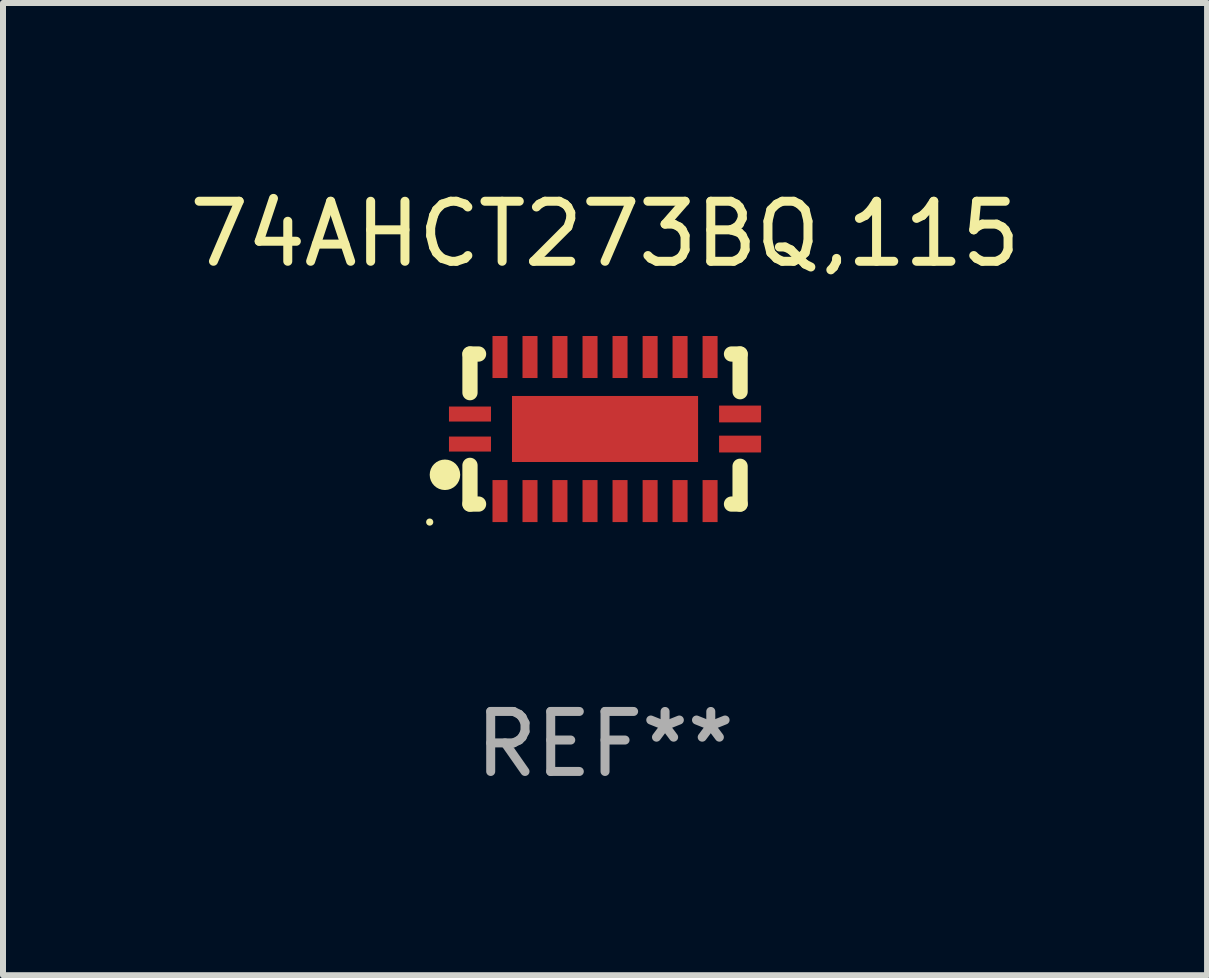
<source format=kicad_pcb>
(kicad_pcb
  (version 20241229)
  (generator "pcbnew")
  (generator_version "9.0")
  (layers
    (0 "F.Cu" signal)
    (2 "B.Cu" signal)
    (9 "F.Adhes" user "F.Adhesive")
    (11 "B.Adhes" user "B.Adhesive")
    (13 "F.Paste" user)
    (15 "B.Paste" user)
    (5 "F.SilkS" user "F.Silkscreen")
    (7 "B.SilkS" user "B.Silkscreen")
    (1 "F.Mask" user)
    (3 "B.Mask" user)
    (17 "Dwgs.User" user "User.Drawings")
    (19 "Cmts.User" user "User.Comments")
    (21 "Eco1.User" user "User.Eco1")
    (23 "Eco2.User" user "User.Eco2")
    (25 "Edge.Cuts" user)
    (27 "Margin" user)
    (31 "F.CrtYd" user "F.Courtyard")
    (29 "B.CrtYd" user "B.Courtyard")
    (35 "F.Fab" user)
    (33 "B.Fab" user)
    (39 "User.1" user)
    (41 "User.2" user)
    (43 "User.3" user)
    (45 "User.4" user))
  (footprint "74AHCT273BQ,115"
    (layer "F.Cu")
    (at 7.03 4.098)
    (property "Reference" "74AHCT273BQ,115" (at 0 -3.25 0) (layer "F.SilkS") (effects (font (size 1 1) (thickness 0.15))))
    (attr through_hole)
    (fp_line (start -2.25 0.605) (end -2.25 1.25) (stroke (width 0.254) (type solid)) (layer "F.SilkS"))
    (fp_line (start -2.25 1.25) (end -2.107 1.25) (stroke (width 0.254) (type solid)) (layer "F.SilkS"))
    (fp_line (start -2.25 -1.25) (end -2.25 -0.606) (stroke (width 0.254) (type solid)) (layer "F.SilkS"))
    (fp_line (start -2.25 -1.25) (end -2.107 -1.25) (stroke (width 0.254) (type solid)) (layer "F.SilkS"))
    (fp_line (start 2.107 -1.25) (end 2.25 -1.25) (stroke (width 0.254) (type solid)) (layer "F.SilkS"))
    (fp_line (start 2.107 1.25) (end 2.25 1.25) (stroke (width 0.254) (type solid)) (layer "F.SilkS"))
    (fp_line (start 2.25 -1.25) (end 2.25 -0.622) (stroke (width 0.254) (type solid)) (layer "F.SilkS"))
    (fp_line (start 2.25 0.62) (end 2.25 1.25) (stroke (width 0.254) (type solid)) (layer "F.SilkS"))
    (fp_circle (center -2.921 1.55) (end -2.891 1.55) (stroke (width 0.06) (type solid)) (fill no) (layer "F.SilkS"))
    (fp_circle (center -2.667 0.762) (end -2.54 0.762) (stroke (width 0.254) (type solid)) (fill no) (layer "F.SilkS"))
    (fp_text user "REF**" (at 0 5.25 0) (layer "F.Fab") (effects (font (size 1 1) (thickness 0.15))))
    (pad "1" smd rect (at -2.25 0.25 180) (size 0.7 0.25) (layers "F.Cu" "F.Mask" "F.Paste"))
    (pad "2" smd rect (at -1.75 1.2 90) (size 0.7 0.25) (layers "F.Cu" "F.Mask" "F.Paste"))
    (pad "3" smd rect (at -1.25 1.2 90) (size 0.7 0.25) (layers "F.Cu" "F.Mask" "F.Paste"))
    (pad "4" smd rect (at -0.751 1.2 90) (size 0.7 0.25) (layers "F.Cu" "F.Mask" "F.Paste"))
    (pad "5" smd rect (at -0.25 1.2 90) (size 0.7 0.25) (layers "F.Cu" "F.Mask" "F.Paste"))
    (pad "6" smd rect (at 0.25 1.2 90) (size 0.7 0.25) (layers "F.Cu" "F.Mask" "F.Paste"))
    (pad "7" smd rect (at 0.751 1.2 90) (size 0.7 0.25) (layers "F.Cu" "F.Mask" "F.Paste"))
    (pad "8" smd rect (at 1.25 1.2 90) (size 0.7 0.25) (layers "F.Cu" "F.Mask" "F.Paste"))
    (pad "9" smd rect (at 1.75 1.2 90) (size 0.7 0.25) (layers "F.Cu" "F.Mask" "F.Paste"))
    (pad "10" smd rect (at 2.25 0.25 180) (size 0.7 0.28) (layers "F.Cu" "F.Mask" "F.Paste"))
    (pad "11" smd rect (at 2.25 -0.251 180) (size 0.7 0.28) (layers "F.Cu" "F.Mask" "F.Paste"))
    (pad "12" smd rect (at 1.75 -1.2 90) (size 0.7 0.25) (layers "F.Cu" "F.Mask" "F.Paste"))
    (pad "13" smd rect (at 1.25 -1.2 90) (size 0.7 0.25) (layers "F.Cu" "F.Mask" "F.Paste"))
    (pad "14" smd rect (at 0.751 -1.2 90) (size 0.7 0.25) (layers "F.Cu" "F.Mask" "F.Paste"))
    (pad "15" smd rect (at 0.25 -1.2 90) (size 0.7 0.25) (layers "F.Cu" "F.Mask" "F.Paste"))
    (pad "16" smd rect (at -0.25 -1.2 90) (size 0.7 0.25) (layers "F.Cu" "F.Mask" "F.Paste"))
    (pad "17" smd rect (at -0.751 -1.2 90) (size 0.7 0.25) (layers "F.Cu" "F.Mask" "F.Paste"))
    (pad "18" smd rect (at -1.25 -1.2 90) (size 0.7 0.25) (layers "F.Cu" "F.Mask" "F.Paste"))
    (pad "19" smd rect (at -1.75 -1.2 90) (size 0.7 0.25) (layers "F.Cu" "F.Mask" "F.Paste"))
    (pad "20" smd rect (at -2.25 -0.25 180) (size 0.7 0.25) (layers "F.Cu" "F.Mask" "F.Paste"))
    (pad "21" smd rect (at 0 -0.001 180) (size 3.1 1.1) (layers "F.Cu" "F.Mask" "F.Paste")))
  (gr_rect
    (start -3 -3)
    (end 17.06 13.197)
    (stroke (width 0.1) (type default))
    (fill no)
    (layer "Edge.Cuts")))
</source>
